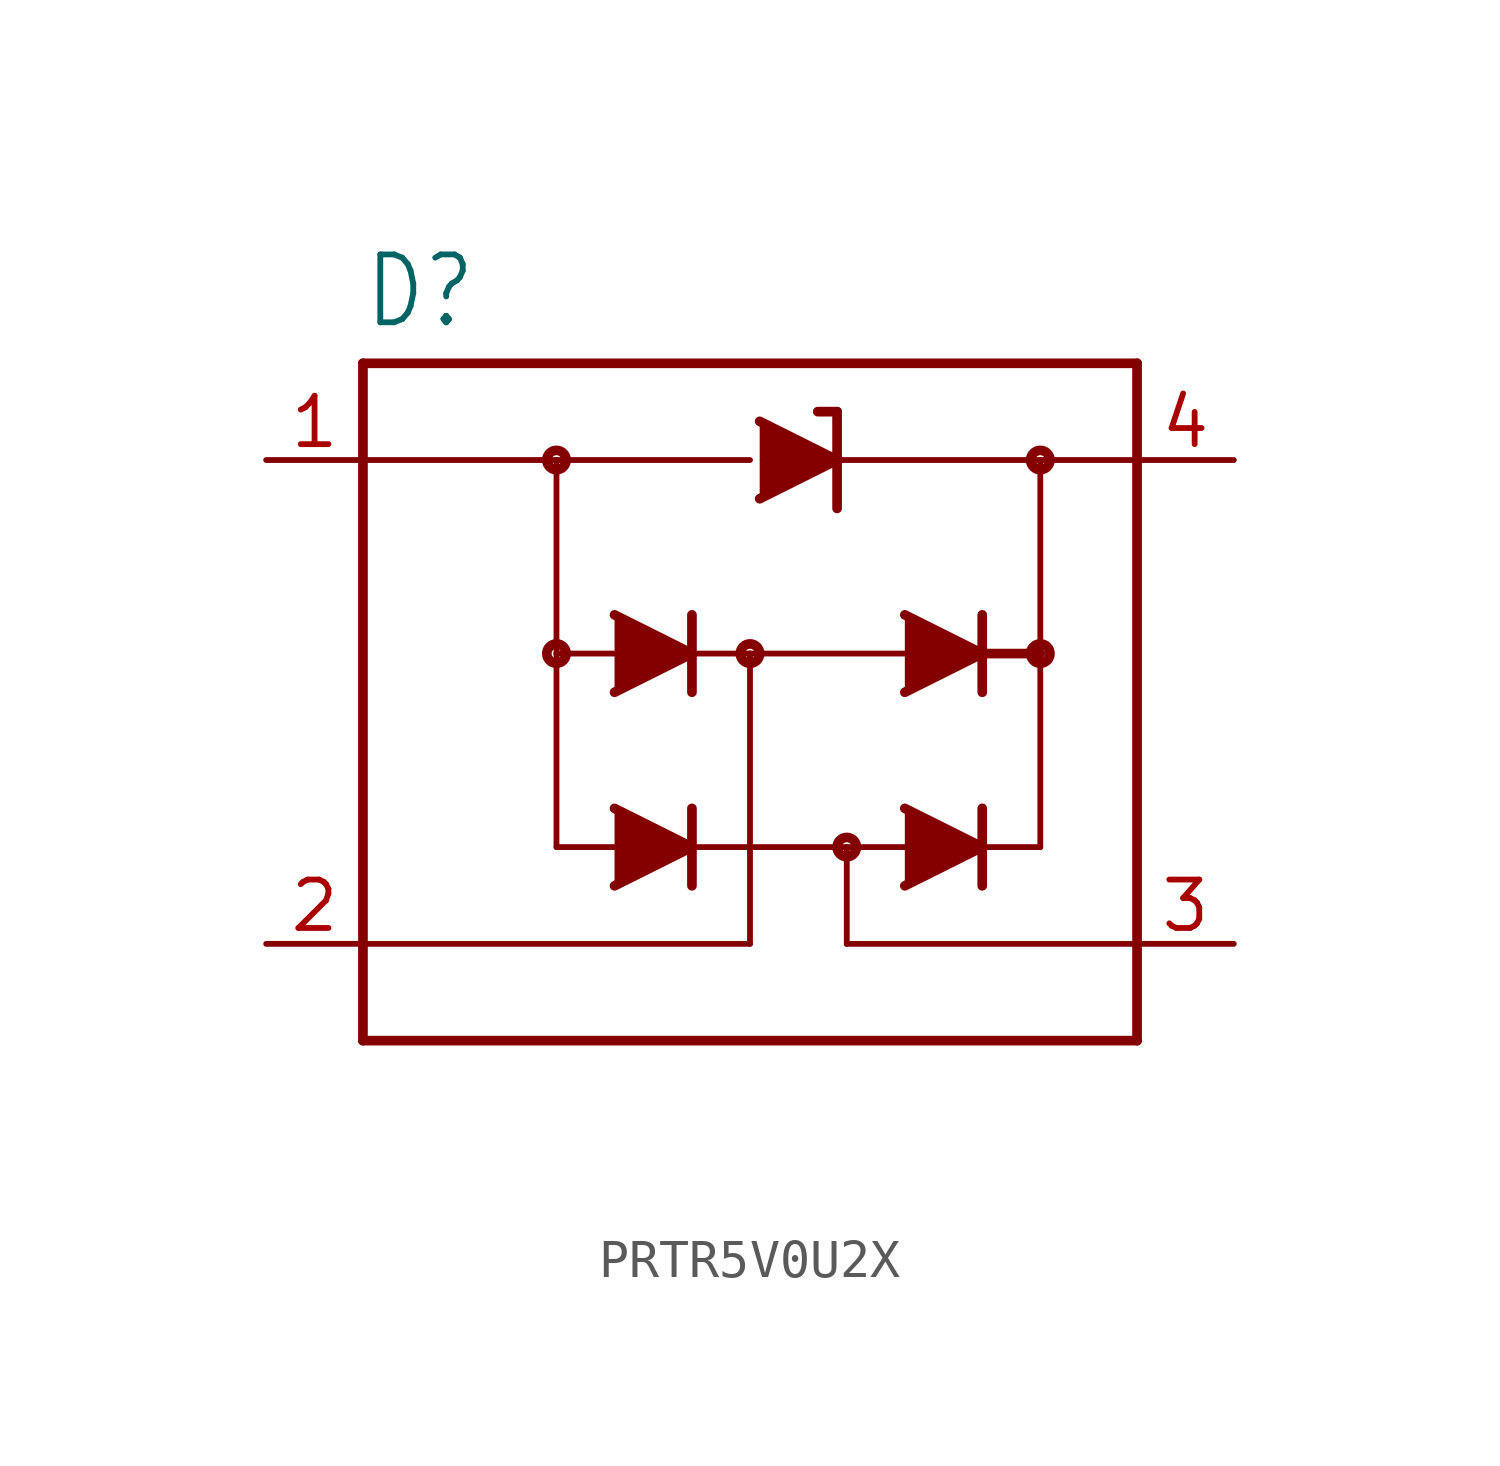
<source format=kicad_sym>
(kicad_symbol_lib
  (version 20231120)
  (generator "kicad_symbol_editor")
  (generator_version "8.0")
  (symbol "PRTR5V0U2X"
    (property "Reference" "D"
      (at -10.165 8.47 0)
      (effects (font (size 1.781 1.514)) (justify left bottom)))
    (property "Value" ""
      (at -10.163 -12.61 0)
      (effects (font (size 1.78 1.513)) (justify left bottom)))
    (property "ki_locked" ""
      (at 0 0 0)
      (effects (font (size 1.27 1.27))))
    (symbol "PRTR5V0U2X_1_0"
      (circle (center -5.08 0) (radius 0.254) (stroke (width 0.254) (type solid)) (fill (type none)))
      (circle (center -5.08 5.08) (radius 0.254) (stroke (width 0.254) (type solid)) (fill (type none)))
      (polyline (pts (xy -10.16 -10.16) (xy 10.16 -10.16)) (stroke (width 0.254) (type solid)) (fill (type none)))
      (polyline (pts (xy -10.16 -7.62) (xy -10.16 -10.16)) (stroke (width 0.254) (type solid)) (fill (type none)))
      (polyline (pts (xy -10.16 5.08) (xy -10.16 -7.62)) (stroke (width 0.254) (type solid)) (fill (type none)))
      (polyline (pts (xy -10.16 7.62) (xy -10.16 5.08)) (stroke (width 0.254) (type solid)) (fill (type none)))
      (polyline (pts (xy -5.08 -5.08) (xy -5.08 0)) (stroke (width 0.152) (type solid)) (fill (type none)))
      (polyline (pts (xy -5.08 0) (xy -5.08 5.08)) (stroke (width 0.152) (type solid)) (fill (type none)))
      (polyline (pts (xy -3.556 -5.08) (xy -5.08 -5.08)) (stroke (width 0.152) (type solid)) (fill (type none)))
      (polyline (pts (xy -3.556 0) (xy -5.08 0)) (stroke (width 0.152) (type solid)) (fill (type none)))
      (polyline (pts (xy -1.524 -5.08) (xy -1.524 -6.096)) (stroke (width 0.254) (type solid)) (fill (type none)))
      (polyline (pts (xy -1.524 -5.08) (xy 2.54 -5.08)) (stroke (width 0.152) (type solid)) (fill (type none)))
      (polyline (pts (xy -1.524 -4.064) (xy -1.524 -5.08)) (stroke (width 0.254) (type solid)) (fill (type none)))
      (polyline (pts (xy -1.524 0) (xy -1.524 -1.016)) (stroke (width 0.254) (type solid)) (fill (type none)))
      (polyline (pts (xy -1.524 0) (xy 0 0)) (stroke (width 0.152) (type solid)) (fill (type none)))
      (polyline (pts (xy -1.524 1.016) (xy -1.524 0)) (stroke (width 0.254) (type solid)) (fill (type none)))
      (polyline (pts (xy 0 -7.62) (xy -10.16 -7.62)) (stroke (width 0.152) (type solid)) (fill (type none)))
      (polyline (pts (xy 0 0) (xy 0 -7.62)) (stroke (width 0.152) (type solid)) (fill (type none)))
      (polyline (pts (xy 0 0) (xy 4.064 0)) (stroke (width 0.152) (type solid)) (fill (type none)))
      (polyline (pts (xy 0 5.08) (xy -10.16 5.08)) (stroke (width 0.152) (type solid)) (fill (type none)))
      (polyline (pts (xy 2.286 5.08) (xy 2.286 3.81)) (stroke (width 0.254) (type solid)) (fill (type none)))
      (polyline (pts (xy 2.286 5.08) (xy 10.16 5.08)) (stroke (width 0.152) (type solid)) (fill (type none)))
      (polyline (pts (xy 2.286 6.35) (xy 1.778 6.35)) (stroke (width 0.254) (type solid)) (fill (type none)))
      (polyline (pts (xy 2.286 6.35) (xy 2.286 5.08)) (stroke (width 0.254) (type solid)) (fill (type none)))
      (polyline (pts (xy 2.54 -7.62) (xy 10.16 -7.62)) (stroke (width 0.152) (type solid)) (fill (type none)))
      (polyline (pts (xy 2.54 -5.08) (xy 2.54 -7.62)) (stroke (width 0.152) (type solid)) (fill (type none)))
      (polyline (pts (xy 2.54 -5.08) (xy 4.064 -5.08)) (stroke (width 0.152) (type solid)) (fill (type none)))
      (polyline (pts (xy 6.096 -5.08) (xy 6.096 -6.096)) (stroke (width 0.254) (type solid)) (fill (type none)))
      (polyline (pts (xy 6.096 -5.08) (xy 7.62 -5.08)) (stroke (width 0.152) (type solid)) (fill (type none)))
      (polyline (pts (xy 6.096 -4.064) (xy 6.096 -5.08)) (stroke (width 0.254) (type solid)) (fill (type none)))
      (polyline (pts (xy 6.096 0) (xy 6.096 -1.016)) (stroke (width 0.254) (type solid)) (fill (type none)))
      (polyline (pts (xy 6.096 0) (xy 7.62 0)) (stroke (width 0.254) (type solid)) (fill (type none)))
      (polyline (pts (xy 6.096 1.016) (xy 6.096 0)) (stroke (width 0.254) (type solid)) (fill (type none)))
      (polyline (pts (xy 7.62 -5.08) (xy 7.62 0)) (stroke (width 0.152) (type solid)) (fill (type none)))
      (polyline (pts (xy 7.62 0) (xy 7.62 5.08)) (stroke (width 0.152) (type solid)) (fill (type none)))
      (polyline (pts (xy 10.16 -10.16) (xy 10.16 7.62)) (stroke (width 0.254) (type solid)) (fill (type none)))
      (polyline (pts (xy 10.16 7.62) (xy -10.16 7.62)) (stroke (width 0.254) (type solid)) (fill (type none)))
      (polyline (pts (xy -3.556 -4.064) (xy -1.524 -5.08) (xy -3.556 -6.096)) (stroke (width 0.254) (type solid)) (fill (type outline)))
      (polyline (pts (xy -3.556 1.016) (xy -1.524 0) (xy -3.556 -1.016)) (stroke (width 0.254) (type solid)) (fill (type outline)))
      (polyline (pts (xy 0.254 6.096) (xy 2.286 5.08) (xy 0.254 4.064)) (stroke (width 0.254) (type solid)) (fill (type outline)))
      (polyline (pts (xy 4.064 -4.064) (xy 6.096 -5.08) (xy 4.064 -6.096)) (stroke (width 0.254) (type solid)) (fill (type outline)))
      (polyline (pts (xy 4.064 1.016) (xy 6.096 0) (xy 4.064 -1.016)) (stroke (width 0.254) (type solid)) (fill (type outline)))
      (circle (center 0 0) (radius 0.254) (stroke (width 0.254) (type solid)) (fill (type none)))
      (circle (center 2.54 -5.08) (radius 0.254) (stroke (width 0.254) (type solid)) (fill (type none)))
      (circle (center 7.62 0) (radius 0.254) (stroke (width 0.254) (type solid)) (fill (type none)))
      (circle (center 7.62 5.08) (radius 0.254) (stroke (width 0.254) (type solid)) (fill (type none)))
      (pin passive line (at -12.7 5.08 0) (length 2.54) (name "GND" (effects (font (size 0 0)))) (number "1" (effects (font (size 1.27 1.27)))))
      (pin passive line (at -12.7 -7.62 0) (length 2.54) (name "I/O_1" (effects (font (size 0 0)))) (number "2" (effects (font (size 1.27 1.27)))))
      (pin passive line (at 12.7 -7.62 180) (length 2.54) (name "I/O_2" (effects (font (size 0 0)))) (number "3" (effects (font (size 1.27 1.27)))))
      (pin passive line (at 12.7 5.08 180) (length 2.54) (name "VCC" (effects (font (size 0 0)))) (number "4" (effects (font (size 1.27 1.27))))))))
</source>
